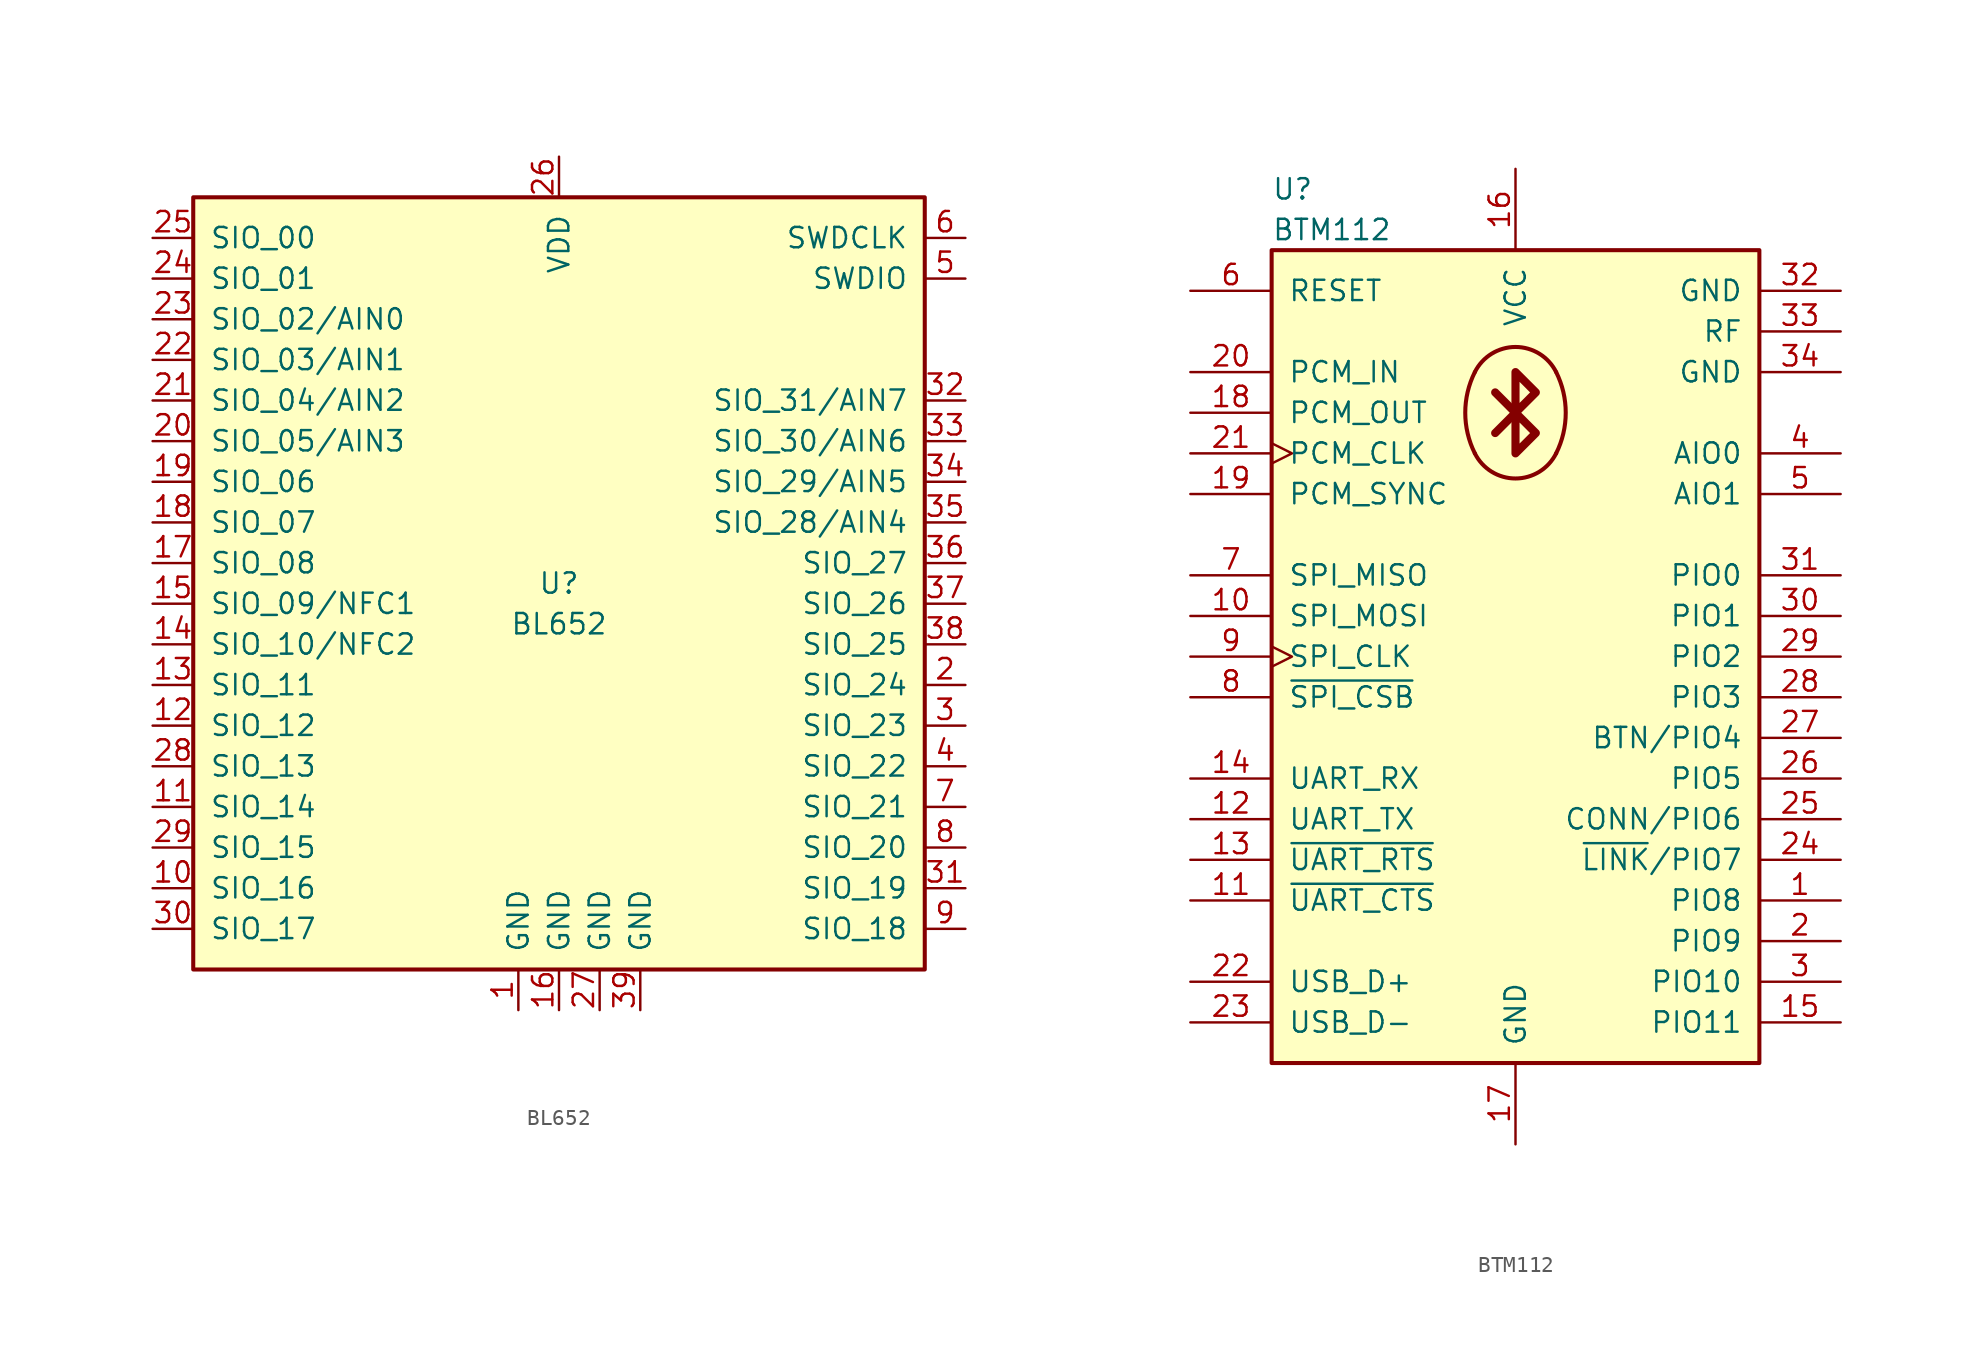
<source format=kicad_sym>
(kicad_symbol_lib
  (version 20201005)
  (generator kicad_symbol_editor)
  (symbol "BL652"
    (pin_names
      (offset 1.016))
    (property "Reference" "U"
      (at 0 1.27 0)
      (effects (font (size 1.27 1.27))))
    (property "Value" "BL652"
      (at 0 -1.27 0)
      (effects (font (size 1.27 1.27))))
    (symbol "BL652_0_1"
      (rectangle (start 22.86 25.4) (end -22.86 -22.86) (stroke (width 0.254)) (fill (type background))))
    (symbol "BL652_1_1"
      (pin power_in line (at -2.54 -25.4 90) (length 2.54) (name "GND" (effects (font (size 1.27 1.27)))) (number "1" (effects (font (size 1.27 1.27)))))
      (pin bidirectional line (at -25.4 -17.78 0) (length 2.54) (name "SIO_16" (effects (font (size 1.27 1.27)))) (number "10" (effects (font (size 1.27 1.27)))))
      (pin bidirectional line (at -25.4 -12.7 0) (length 2.54) (name "SIO_14" (effects (font (size 1.27 1.27)))) (number "11" (effects (font (size 1.27 1.27)))))
      (pin bidirectional line (at -25.4 -7.62 0) (length 2.54) (name "SIO_12" (effects (font (size 1.27 1.27)))) (number "12" (effects (font (size 1.27 1.27)))))
      (pin bidirectional line (at -25.4 -5.08 0) (length 2.54) (name "SIO_11" (effects (font (size 1.27 1.27)))) (number "13" (effects (font (size 1.27 1.27)))))
      (pin bidirectional line (at -25.4 -2.54 0) (length 2.54) (name "SIO_10/NFC2" (effects (font (size 1.27 1.27)))) (number "14" (effects (font (size 1.27 1.27)))))
      (pin bidirectional line (at -25.4 0 0) (length 2.54) (name "SIO_09/NFC1" (effects (font (size 1.27 1.27)))) (number "15" (effects (font (size 1.27 1.27)))))
      (pin power_in line (at 0 -25.4 90) (length 2.54) (name "GND" (effects (font (size 1.27 1.27)))) (number "16" (effects (font (size 1.27 1.27)))))
      (pin bidirectional line (at -25.4 2.54 0) (length 2.54) (name "SIO_08" (effects (font (size 1.27 1.27)))) (number "17" (effects (font (size 1.27 1.27)))))
      (pin bidirectional line (at -25.4 5.08 0) (length 2.54) (name "SIO_07" (effects (font (size 1.27 1.27)))) (number "18" (effects (font (size 1.27 1.27)))))
      (pin bidirectional line (at -25.4 7.62 0) (length 2.54) (name "SIO_06" (effects (font (size 1.27 1.27)))) (number "19" (effects (font (size 1.27 1.27)))))
      (pin bidirectional line (at 25.4 -5.08 180) (length 2.54) (name "SIO_24" (effects (font (size 1.27 1.27)))) (number "2" (effects (font (size 1.27 1.27)))))
      (pin bidirectional line (at -25.4 10.16 0) (length 2.54) (name "SIO_05/AIN3" (effects (font (size 1.27 1.27)))) (number "20" (effects (font (size 1.27 1.27)))))
      (pin bidirectional line (at -25.4 12.7 0) (length 2.54) (name "SIO_04/AIN2" (effects (font (size 1.27 1.27)))) (number "21" (effects (font (size 1.27 1.27)))))
      (pin bidirectional line (at -25.4 15.24 0) (length 2.54) (name "SIO_03/AIN1" (effects (font (size 1.27 1.27)))) (number "22" (effects (font (size 1.27 1.27)))))
      (pin bidirectional line (at -25.4 17.78 0) (length 2.54) (name "SIO_02/AIN0" (effects (font (size 1.27 1.27)))) (number "23" (effects (font (size 1.27 1.27)))))
      (pin bidirectional line (at -25.4 20.32 0) (length 2.54) (name "SIO_01" (effects (font (size 1.27 1.27)))) (number "24" (effects (font (size 1.27 1.27)))))
      (pin bidirectional line (at -25.4 22.86 0) (length 2.54) (name "SIO_00" (effects (font (size 1.27 1.27)))) (number "25" (effects (font (size 1.27 1.27)))))
      (pin power_in line (at 0 27.94 270) (length 2.54) (name "VDD" (effects (font (size 1.27 1.27)))) (number "26" (effects (font (size 1.27 1.27)))))
      (pin power_in line (at 2.54 -25.4 90) (length 2.54) (name "GND" (effects (font (size 1.27 1.27)))) (number "27" (effects (font (size 1.27 1.27)))))
      (pin bidirectional line (at -25.4 -10.16 0) (length 2.54) (name "SIO_13" (effects (font (size 1.27 1.27)))) (number "28" (effects (font (size 1.27 1.27)))))
      (pin bidirectional line (at -25.4 -15.24 0) (length 2.54) (name "SIO_15" (effects (font (size 1.27 1.27)))) (number "29" (effects (font (size 1.27 1.27)))))
      (pin bidirectional line (at 25.4 -7.62 180) (length 2.54) (name "SIO_23" (effects (font (size 1.27 1.27)))) (number "3" (effects (font (size 1.27 1.27)))))
      (pin bidirectional line (at -25.4 -20.32 0) (length 2.54) (name "SIO_17" (effects (font (size 1.27 1.27)))) (number "30" (effects (font (size 1.27 1.27)))))
      (pin bidirectional line (at 25.4 -17.78 180) (length 2.54) (name "SIO_19" (effects (font (size 1.27 1.27)))) (number "31" (effects (font (size 1.27 1.27)))))
      (pin bidirectional line (at 25.4 12.7 180) (length 2.54) (name "SIO_31/AIN7" (effects (font (size 1.27 1.27)))) (number "32" (effects (font (size 1.27 1.27)))))
      (pin bidirectional line (at 25.4 10.16 180) (length 2.54) (name "SIO_30/AIN6" (effects (font (size 1.27 1.27)))) (number "33" (effects (font (size 1.27 1.27)))))
      (pin bidirectional line (at 25.4 7.62 180) (length 2.54) (name "SIO_29/AIN5" (effects (font (size 1.27 1.27)))) (number "34" (effects (font (size 1.27 1.27)))))
      (pin bidirectional line (at 25.4 5.08 180) (length 2.54) (name "SIO_28/AIN4" (effects (font (size 1.27 1.27)))) (number "35" (effects (font (size 1.27 1.27)))))
      (pin bidirectional line (at 25.4 2.54 180) (length 2.54) (name "SIO_27" (effects (font (size 1.27 1.27)))) (number "36" (effects (font (size 1.27 1.27)))))
      (pin bidirectional line (at 25.4 0 180) (length 2.54) (name "SIO_26" (effects (font (size 1.27 1.27)))) (number "37" (effects (font (size 1.27 1.27)))))
      (pin bidirectional line (at 25.4 -2.54 180) (length 2.54) (name "SIO_25" (effects (font (size 1.27 1.27)))) (number "38" (effects (font (size 1.27 1.27)))))
      (pin power_in line (at 5.08 -25.4 90) (length 2.54) (name "GND" (effects (font (size 1.27 1.27)))) (number "39" (effects (font (size 1.27 1.27)))))
      (pin bidirectional line (at 25.4 -10.16 180) (length 2.54) (name "SIO_22" (effects (font (size 1.27 1.27)))) (number "4" (effects (font (size 1.27 1.27)))))
      (pin bidirectional line (at 25.4 20.32 180) (length 2.54) (name "SWDIO" (effects (font (size 1.27 1.27)))) (number "5" (effects (font (size 1.27 1.27)))))
      (pin bidirectional line (at 25.4 22.86 180) (length 2.54) (name "SWDCLK" (effects (font (size 1.27 1.27)))) (number "6" (effects (font (size 1.27 1.27)))))
      (pin bidirectional line (at 25.4 -12.7 180) (length 2.54) (name "SIO_21" (effects (font (size 1.27 1.27)))) (number "7" (effects (font (size 1.27 1.27)))))
      (pin bidirectional line (at 25.4 -15.24 180) (length 2.54) (name "SIO_20" (effects (font (size 1.27 1.27)))) (number "8" (effects (font (size 1.27 1.27)))))
      (pin bidirectional line (at 25.4 -20.32 180) (length 2.54) (name "SIO_18" (effects (font (size 1.27 1.27)))) (number "9" (effects (font (size 1.27 1.27)))))))
  (symbol "BTM112"
    (pin_names
      (offset 1.016))
    (property "Reference" "U"
      (at -15.24 29.21 0)
      (effects (font (size 1.27 1.27)) (justify left)))
    (property "Value" "BTM112"
      (at -15.24 26.67 0)
      (effects (font (size 1.27 1.27)) (justify left)))
    (symbol "BTM112_0_1"
      (arc (start 2.54 17.78) (end 2.54 12.7) (radius (at -2.54 15.24) (length 5.6896) (angles 26.5 -26.5)) (stroke (width 0.254)) (fill (type background)))
      (arc (start -2.54 12.7) (end 2.54 12.7) (radius (at 0 13.97) (length 2.8448) (angles -153.4 -26.5)) (stroke (width 0.254)) (fill (type background)))
      (arc (start -2.54 17.78) (end 2.54 17.78) (radius (at 0 16.51) (length 2.8448) (angles 153.4 26.5)) (stroke (width 0.254)) (fill (type background)))
      (arc (start -2.54 17.78) (end -2.54 12.7) (radius (at 2.54 15.24) (length 5.6896) (angles 153.4 -153.4)) (stroke (width 0.254)) (fill (type background)))
      (rectangle (start -15.24 25.4) (end 15.24 -25.4) (stroke (width 0.254)) (fill (type background)))
      (polyline (pts (xy 0 15.24) (xy -1.27 13.97)) (stroke (width 0.508)) (fill (type none)))
      (polyline (pts (xy 0 15.24) (xy -1.27 16.51)) (stroke (width 0.508)) (fill (type none)))
      (polyline (pts (xy 0 17.78) (xy 1.27 16.51) (xy 0 15.24) (xy 1.27 13.97) (xy 0 12.7) (xy 0 17.78)) (stroke (width 0.508)) (fill (type none))))
    (symbol "BTM112_1_1"
      (pin bidirectional line (at 20.32 -15.24 180) (length 5.08) (name "PIO8" (effects (font (size 1.27 1.27)))) (number "1" (effects (font (size 1.27 1.27)))))
      (pin input line (at -20.32 2.54 0) (length 5.08) (name "SPI_MOSI" (effects (font (size 1.27 1.27)))) (number "10" (effects (font (size 1.27 1.27)))))
      (pin input line (at -20.32 -15.24 0) (length 5.08) (name "~UART_CTS" (effects (font (size 1.27 1.27)))) (number "11" (effects (font (size 1.27 1.27)))))
      (pin output line (at -20.32 -10.16 0) (length 5.08) (name "UART_TX" (effects (font (size 1.27 1.27)))) (number "12" (effects (font (size 1.27 1.27)))))
      (pin output line (at -20.32 -12.7 0) (length 5.08) (name "~UART_RTS" (effects (font (size 1.27 1.27)))) (number "13" (effects (font (size 1.27 1.27)))))
      (pin input line (at -20.32 -7.62 0) (length 5.08) (name "UART_RX" (effects (font (size 1.27 1.27)))) (number "14" (effects (font (size 1.27 1.27)))))
      (pin bidirectional line (at 20.32 -22.86 180) (length 5.08) (name "PIO11" (effects (font (size 1.27 1.27)))) (number "15" (effects (font (size 1.27 1.27)))))
      (pin power_in line (at 0 30.48 270) (length 5.08) (name "VCC" (effects (font (size 1.27 1.27)))) (number "16" (effects (font (size 1.27 1.27)))))
      (pin power_in line (at 0 -30.48 90) (length 5.08) (name "GND" (effects (font (size 1.27 1.27)))) (number "17" (effects (font (size 1.27 1.27)))))
      (pin output line (at -20.32 15.24 0) (length 5.08) (name "PCM_OUT" (effects (font (size 1.27 1.27)))) (number "18" (effects (font (size 1.27 1.27)))))
      (pin bidirectional line (at -20.32 10.16 0) (length 5.08) (name "PCM_SYNC" (effects (font (size 1.27 1.27)))) (number "19" (effects (font (size 1.27 1.27)))))
      (pin bidirectional line (at 20.32 -17.78 180) (length 5.08) (name "PIO9" (effects (font (size 1.27 1.27)))) (number "2" (effects (font (size 1.27 1.27)))))
      (pin input line (at -20.32 17.78 0) (length 5.08) (name "PCM_IN" (effects (font (size 1.27 1.27)))) (number "20" (effects (font (size 1.27 1.27)))))
      (pin bidirectional clock (at -20.32 12.7 0) (length 5.08) (name "PCM_CLK" (effects (font (size 1.27 1.27)))) (number "21" (effects (font (size 1.27 1.27)))))
      (pin bidirectional line (at -20.32 -20.32 0) (length 5.08) (name "USB_D+" (effects (font (size 1.27 1.27)))) (number "22" (effects (font (size 1.27 1.27)))))
      (pin bidirectional line (at -20.32 -22.86 0) (length 5.08) (name "USB_D-" (effects (font (size 1.27 1.27)))) (number "23" (effects (font (size 1.27 1.27)))))
      (pin bidirectional line (at 20.32 -12.7 180) (length 5.08) (name "~LINK~/PIO7" (effects (font (size 1.27 1.27)))) (number "24" (effects (font (size 1.27 1.27)))))
      (pin bidirectional line (at 20.32 -10.16 180) (length 5.08) (name "CONN/PIO6" (effects (font (size 1.27 1.27)))) (number "25" (effects (font (size 1.27 1.27)))))
      (pin bidirectional line (at 20.32 -7.62 180) (length 5.08) (name "PIO5" (effects (font (size 1.27 1.27)))) (number "26" (effects (font (size 1.27 1.27)))))
      (pin bidirectional line (at 20.32 -5.08 180) (length 5.08) (name "BTN/PIO4" (effects (font (size 1.27 1.27)))) (number "27" (effects (font (size 1.27 1.27)))))
      (pin bidirectional line (at 20.32 -2.54 180) (length 5.08) (name "PIO3" (effects (font (size 1.27 1.27)))) (number "28" (effects (font (size 1.27 1.27)))))
      (pin bidirectional line (at 20.32 0 180) (length 5.08) (name "PIO2" (effects (font (size 1.27 1.27)))) (number "29" (effects (font (size 1.27 1.27)))))
      (pin bidirectional line (at 20.32 -20.32 180) (length 5.08) (name "PIO10" (effects (font (size 1.27 1.27)))) (number "3" (effects (font (size 1.27 1.27)))))
      (pin bidirectional line (at 20.32 2.54 180) (length 5.08) (name "PIO1" (effects (font (size 1.27 1.27)))) (number "30" (effects (font (size 1.27 1.27)))))
      (pin bidirectional line (at 20.32 5.08 180) (length 5.08) (name "PIO0" (effects (font (size 1.27 1.27)))) (number "31" (effects (font (size 1.27 1.27)))))
      (pin power_in line (at 20.32 22.86 180) (length 5.08) (name "GND" (effects (font (size 1.27 1.27)))) (number "32" (effects (font (size 1.27 1.27)))))
      (pin passive line (at 20.32 20.32 180) (length 5.08) (name "RF" (effects (font (size 1.27 1.27)))) (number "33" (effects (font (size 1.27 1.27)))))
      (pin power_in line (at 20.32 17.78 180) (length 5.08) (name "GND" (effects (font (size 1.27 1.27)))) (number "34" (effects (font (size 1.27 1.27)))))
      (pin passive line (at 20.32 12.7 180) (length 5.08) (name "AIO0" (effects (font (size 1.27 1.27)))) (number "4" (effects (font (size 1.27 1.27)))))
      (pin passive line (at 20.32 10.16 180) (length 5.08) (name "AIO1" (effects (font (size 1.27 1.27)))) (number "5" (effects (font (size 1.27 1.27)))))
      (pin input line (at -20.32 22.86 0) (length 5.08) (name "RESET" (effects (font (size 1.27 1.27)))) (number "6" (effects (font (size 1.27 1.27)))))
      (pin output line (at -20.32 5.08 0) (length 5.08) (name "SPI_MISO" (effects (font (size 1.27 1.27)))) (number "7" (effects (font (size 1.27 1.27)))))
      (pin input line (at -20.32 -2.54 0) (length 5.08) (name "~SPI_CSB~" (effects (font (size 1.27 1.27)))) (number "8" (effects (font (size 1.27 1.27)))))
      (pin input clock (at -20.32 0 0) (length 5.08) (name "SPI_CLK" (effects (font (size 1.27 1.27)))) (number "9" (effects (font (size 1.27 1.27))))))))
</source>
